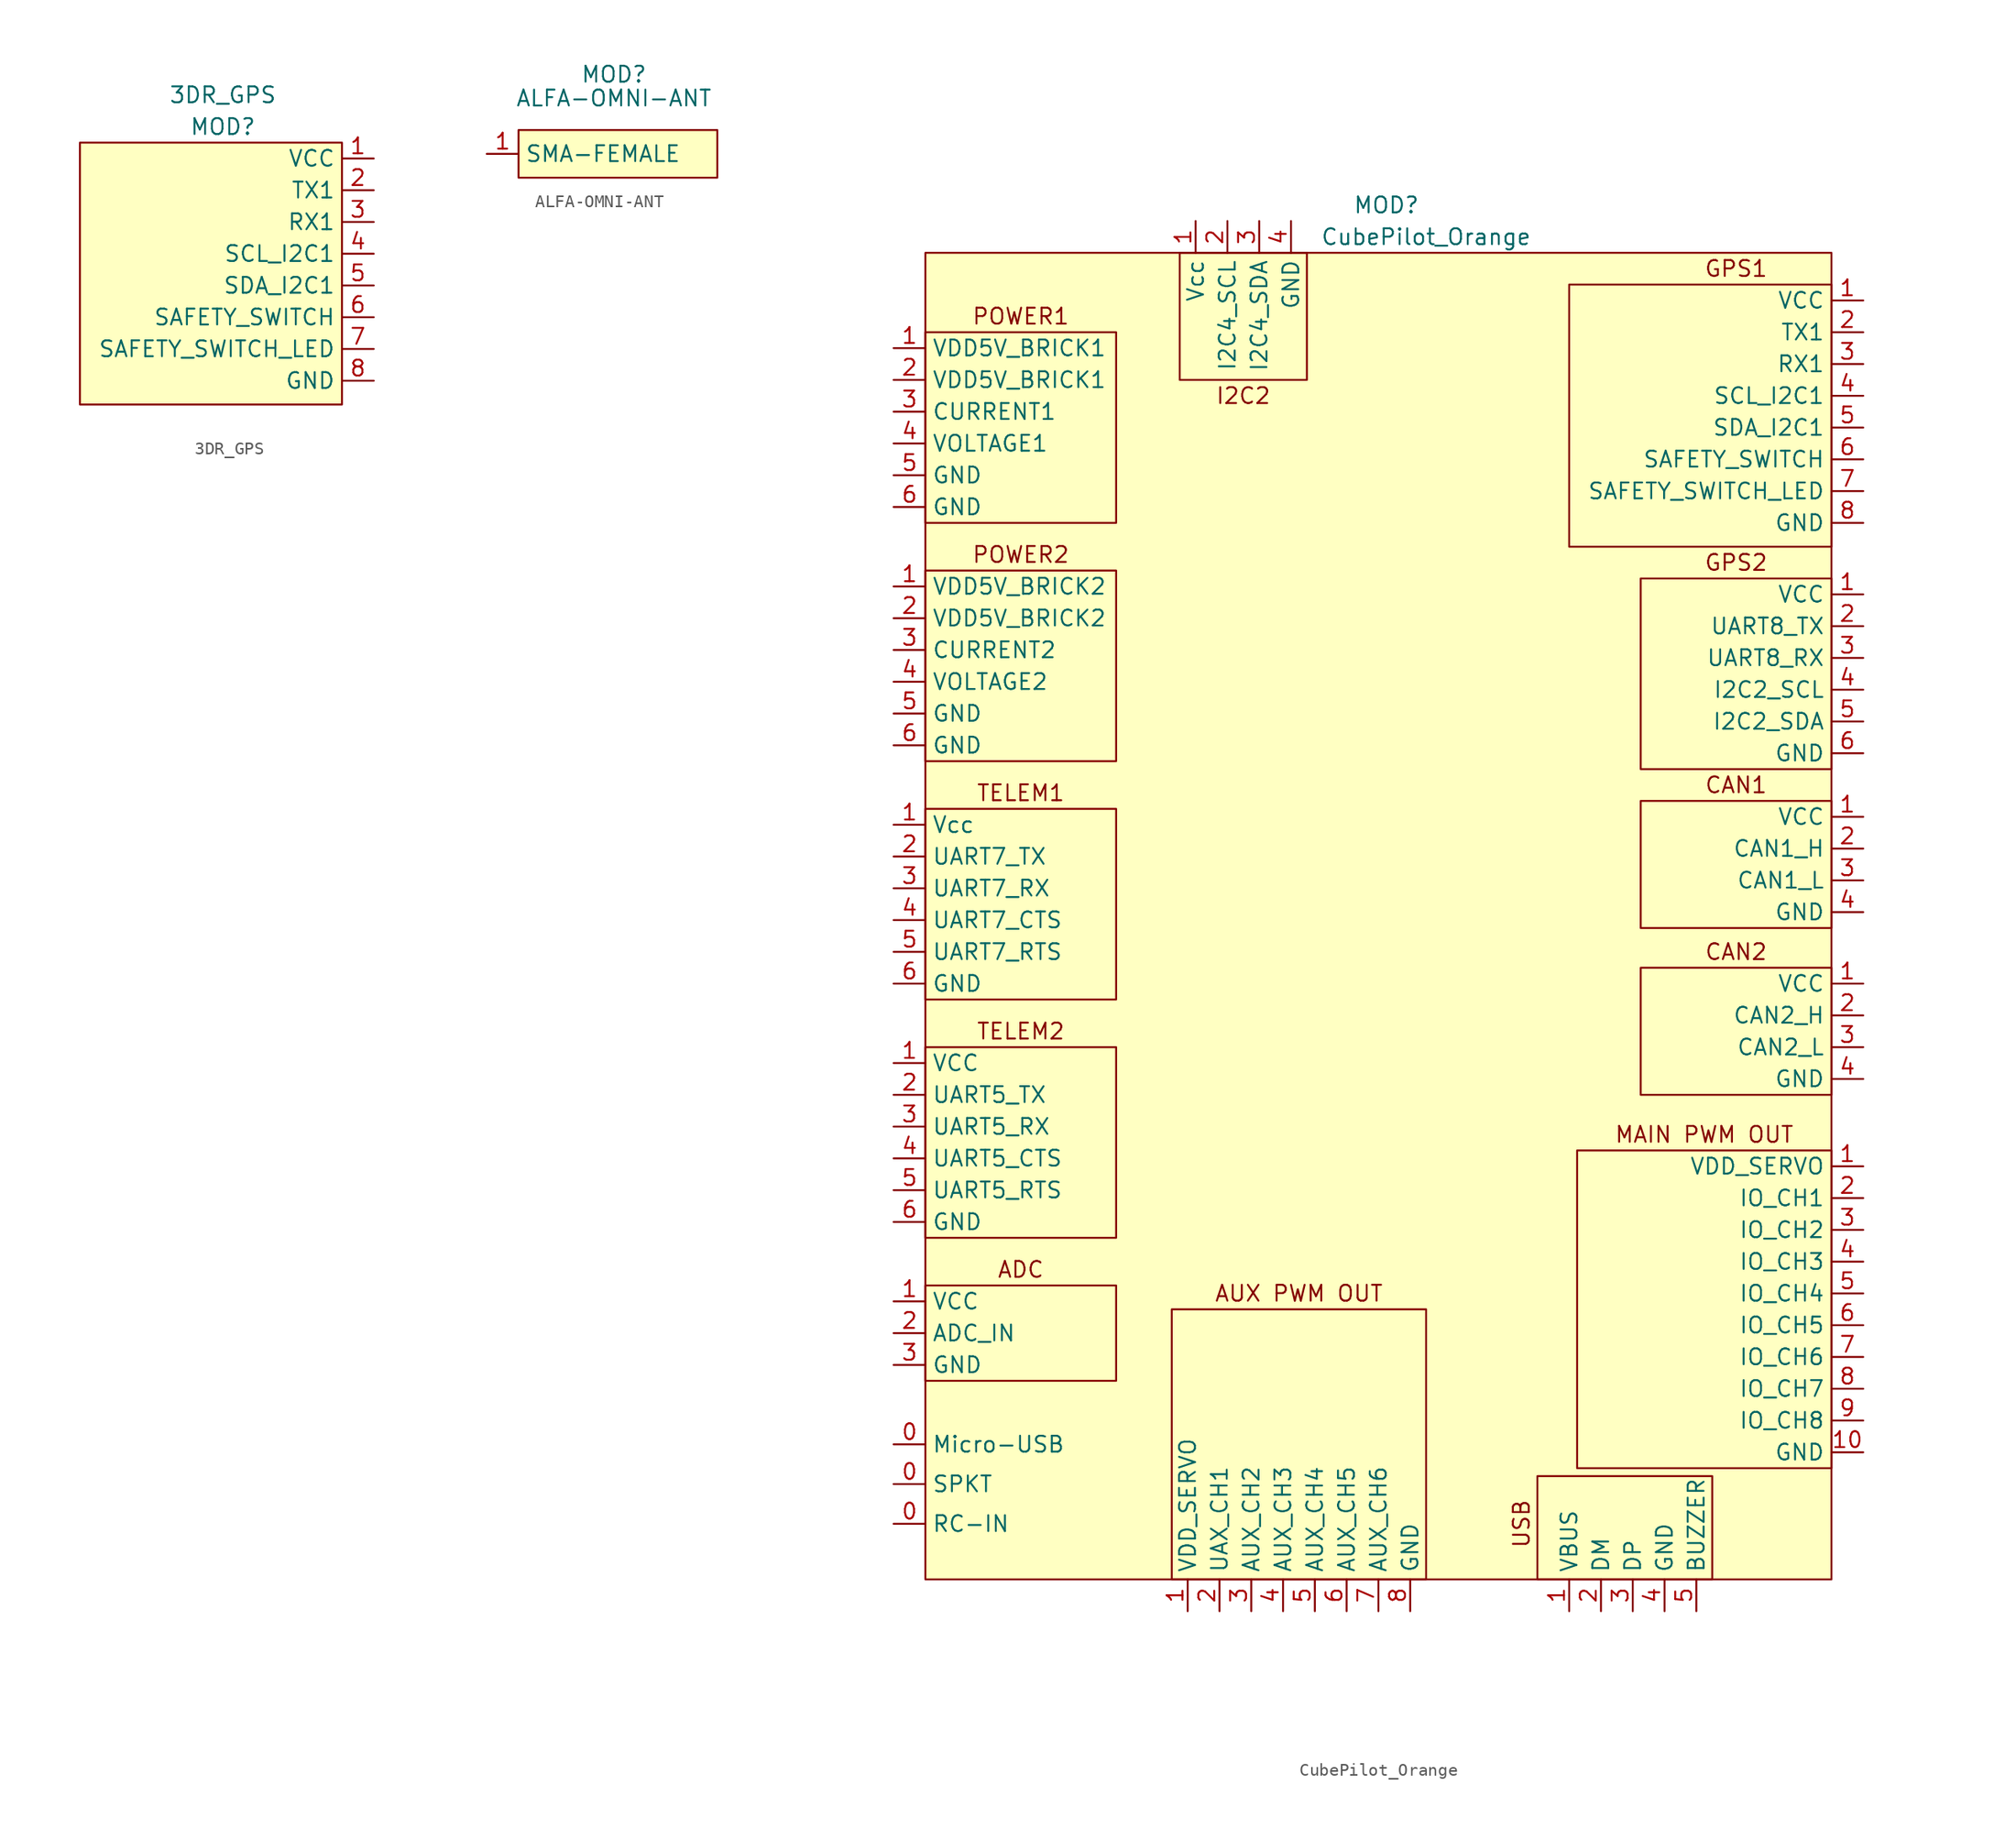
<source format=kicad_sym>
(kicad_symbol_lib
  (version 20211014)
  (generator kicad_symbol_editor)
  (symbol "3DR_GPS"
    (property "Reference" "MOD"
      (at 0 11.43 0)
      (effects (font (size 1.27 1.27))))
    (property "Value" "3DR_GPS"
      (at 0 13.97 0)
      (effects (font (size 1.27 1.27))))
    (symbol "3DR_GPS_0_1"
      (rectangle (start -11.43 10.16) (end 9.525 -10.795) (stroke (width 0) (type default) (color 0 0 0 0)) (fill (type background))))
    (symbol "3DR_GPS_1_1"
      (pin power_in line (at 12.065 8.89 180) (length 2.54) (name "VCC" (effects (font (size 1.27 1.27)))) (number "1" (effects (font (size 1.27 1.27)))))
      (pin output line (at 12.065 6.35 180) (length 2.54) (name "TX1" (effects (font (size 1.27 1.27)))) (number "2" (effects (font (size 1.27 1.27)))))
      (pin input line (at 12.065 3.81 180) (length 2.54) (name "RX1" (effects (font (size 1.27 1.27)))) (number "3" (effects (font (size 1.27 1.27)))))
      (pin input line (at 12.065 1.27 180) (length 2.54) (name "SCL_I2C1" (effects (font (size 1.27 1.27)))) (number "4" (effects (font (size 1.27 1.27)))))
      (pin bidirectional line (at 12.065 -1.27 180) (length 2.54) (name "SDA_I2C1" (effects (font (size 1.27 1.27)))) (number "5" (effects (font (size 1.27 1.27)))))
      (pin input line (at 12.065 -3.81 180) (length 2.54) (name "SAFETY_SWITCH" (effects (font (size 1.27 1.27)))) (number "6" (effects (font (size 1.27 1.27)))))
      (pin input line (at 12.065 -6.35 180) (length 2.54) (name "SAFETY_SWITCH_LED" (effects (font (size 1.27 1.27)))) (number "7" (effects (font (size 1.27 1.27)))))
      (pin power_out line (at 12.065 -8.89 180) (length 2.54) (name "GND" (effects (font (size 1.27 1.27)))) (number "8" (effects (font (size 1.27 1.27)))))))
  (symbol "ALFA-OMNI-ANT"
    (property "Reference" "MOD"
      (at 0 6.35 0)
      (effects (font (size 1.27 1.27))))
    (property "Value" "ALFA-OMNI-ANT"
      (at 0 4.445 0)
      (effects (font (size 1.27 1.27))))
    (symbol "ALFA-OMNI-ANT_0_0"
      (rectangle (start -7.62 1.905) (end 8.255 -1.905) (stroke (width 0) (type default) (color 0 0 0 0)) (fill (type background))))
    (symbol "ALFA-OMNI-ANT_1_1"
      (pin bidirectional line (at -10.16 0 0) (length 2.54) (name "SMA-FEMALE" (effects (font (size 1.27 1.27)))) (number "1" (effects (font (size 1.27 1.27)))))))
  (symbol "CubePilot_Orange"
    (property "Reference" "MOD"
      (at 0 53.34 0)
      (effects (font (size 1.27 1.27))))
    (property "Value" "CubePilot_Orange"
      (at 3.175 50.8 0)
      (effects (font (size 1.27 1.27))))
    (symbol "CubePilot_Orange_0_0"
      (rectangle (start 12.065 -48.26) (end 26.035 -56.515) (stroke (width 0) (type default) (color 0 0 0 0)) (fill (type none)))
      (text "ADC" (at -29.21 -31.75 0) (effects (font (size 1.27 1.27))))
      (text "AUX PWM OUT" (at -6.985 -33.655 0) (effects (font (size 1.27 1.27))))
      (text "CAN1" (at 27.94 6.985 0) (effects (font (size 1.27 1.27))))
      (text "CAN2" (at 27.94 -6.35 0) (effects (font (size 1.27 1.27))))
      (text "GPS1" (at 27.94 48.26 0) (effects (font (size 1.27 1.27))))
      (text "GPS2" (at 27.94 24.765 0) (effects (font (size 1.27 1.27))))
      (text "I2C2" (at -11.43 38.1 0) (effects (font (size 1.27 1.27))))
      (text "MAIN PWM OUT" (at 25.4 -20.955 0) (effects (font (size 1.27 1.27))))
      (text "POWER1" (at -29.21 44.45 0) (effects (font (size 1.27 1.27))))
      (text "POWER2" (at -29.21 25.4 0) (effects (font (size 1.27 1.27))))
      (text "TELEM1" (at -29.21 6.35 0) (effects (font (size 1.27 1.27))))
      (text "TELEM2" (at -29.21 -12.7 0) (effects (font (size 1.27 1.27))))
      (text "USB" (at 10.795 -52.07 900) (effects (font (size 1.27 1.27)))))
    (symbol "CubePilot_Orange_0_1"
      (rectangle (start -36.83 -33.02) (end -21.59 -40.64) (stroke (width 0) (type default) (color 0 0 0 0)) (fill (type none)))
      (rectangle (start -36.83 -13.97) (end -21.59 -29.21) (stroke (width 0) (type default) (color 0 0 0 0)) (fill (type none)))
      (rectangle (start -36.83 5.08) (end -21.59 -10.16) (stroke (width 0) (type default) (color 0 0 0 0)) (fill (type none)))
      (rectangle (start -36.83 24.13) (end -21.59 8.89) (stroke (width 0) (type default) (color 0 0 0 0)) (fill (type none)))
      (rectangle (start -36.83 43.18) (end -21.59 27.94) (stroke (width 0) (type default) (color 0 0 0 0)) (fill (type none)))
      (rectangle (start -36.83 49.53) (end 35.56 -56.515) (stroke (width 0) (type default) (color 0 0 0 0)) (fill (type background)))
      (rectangle (start -17.145 -34.925) (end 3.175 -56.515) (stroke (width 0) (type default) (color 0 0 0 0)) (fill (type none)))
      (rectangle (start -16.51 49.53) (end -6.35 39.37) (stroke (width 0) (type default) (color 0 0 0 0)) (fill (type none)))
      (rectangle (start 14.605 46.99) (end 35.56 26.035) (stroke (width 0) (type default) (color 0 0 0 0)) (fill (type none)))
      (rectangle (start 15.24 -22.225) (end 35.56 -47.625) (stroke (width 0) (type default) (color 0 0 0 0)) (fill (type none)))
      (rectangle (start 20.32 -7.62) (end 35.56 -17.78) (stroke (width 0) (type default) (color 0 0 0 0)) (fill (type none)))
      (rectangle (start 20.32 5.715) (end 35.56 -4.445) (stroke (width 0) (type default) (color 0 0 0 0)) (fill (type none)))
      (rectangle (start 20.32 23.495) (end 35.56 8.255) (stroke (width 0) (type default) (color 0 0 0 0)) (fill (type none))))
    (symbol "CubePilot_Orange_1_1"
      (pin input line (at -39.37 -45.72 0) (length 2.54) (name "Micro-USB" (effects (font (size 1.27 1.27)))) (number "0" (effects (font (size 1.27 1.27)))))
      (pin input line (at -39.37 -52.07 0) (length 2.54) (name "RC-IN" (effects (font (size 1.27 1.27)))) (number "0" (effects (font (size 1.27 1.27)))))
      (pin input line (at -39.37 -48.895 0) (length 2.54) (name "SPKT" (effects (font (size 1.27 1.27)))) (number "0" (effects (font (size 1.27 1.27)))))
      (pin power_in line (at 14.605 -59.055 90) (length 2.54) (name "VBUS" (effects (font (size 1.27 1.27)))) (number "1" (effects (font (size 1.27 1.27)))))
      (pin power_in line (at -39.37 -34.29 0) (length 2.54) (name "VCC" (effects (font (size 1.27 1.27)))) (number "1" (effects (font (size 1.27 1.27)))))
      (pin power_in line (at -39.37 -15.24 0) (length 2.54) (name "VCC" (effects (font (size 1.27 1.27)))) (number "1" (effects (font (size 1.27 1.27)))))
      (pin power_in line (at -39.37 3.81 0) (length 2.54) (name "Vcc" (effects (font (size 1.27 1.27)))) (number "1" (effects (font (size 1.27 1.27)))))
      (pin power_in line (at -15.24 52.07 270) (length 2.54) (name "Vcc" (effects (font (size 1.27 1.27)))) (number "1" (effects (font (size 1.27 1.27)))))
      (pin power_in line (at 38.1 -8.89 180) (length 2.54) (name "VCC" (effects (font (size 1.27 1.27)))) (number "1" (effects (font (size 1.27 1.27)))))
      (pin power_in line (at 38.1 4.445 180) (length 2.54) (name "VCC" (effects (font (size 1.27 1.27)))) (number "1" (effects (font (size 1.27 1.27)))))
      (pin power_in line (at 38.1 22.225 180) (length 2.54) (name "VCC" (effects (font (size 1.27 1.27)))) (number "1" (effects (font (size 1.27 1.27)))))
      (pin power_in line (at 38.1 45.72 180) (length 2.54) (name "VCC" (effects (font (size 1.27 1.27)))) (number "1" (effects (font (size 1.27 1.27)))))
      (pin power_in line (at -39.37 41.91 0) (length 2.54) (name "VDD5V_BRICK1" (effects (font (size 1.27 1.27)))) (number "1" (effects (font (size 1.27 1.27)))))
      (pin power_in line (at -39.37 22.86 0) (length 2.54) (name "VDD5V_BRICK2" (effects (font (size 1.27 1.27)))) (number "1" (effects (font (size 1.27 1.27)))))
      (pin power_in line (at -15.875 -59.055 90) (length 2.54) (name "VDD_SERVO" (effects (font (size 1.27 1.27)))) (number "1" (effects (font (size 1.27 1.27)))))
      (pin power_in line (at 38.1 -23.495 180) (length 2.54) (name "VDD_SERVO" (effects (font (size 1.27 1.27)))) (number "1" (effects (font (size 1.27 1.27)))))
      (pin power_out line (at 38.1 -46.355 180) (length 2.54) (name "GND" (effects (font (size 1.27 1.27)))) (number "10" (effects (font (size 1.27 1.27)))))
      (pin input line (at -39.37 -36.83 0) (length 2.54) (name "ADC_IN" (effects (font (size 1.27 1.27)))) (number "2" (effects (font (size 1.27 1.27)))))
      (pin bidirectional line (at 38.1 1.905 180) (length 2.54) (name "CAN1_H" (effects (font (size 1.27 1.27)))) (number "2" (effects (font (size 1.27 1.27)))))
      (pin bidirectional line (at 38.1 -11.43 180) (length 2.54) (name "CAN2_H" (effects (font (size 1.27 1.27)))) (number "2" (effects (font (size 1.27 1.27)))))
      (pin bidirectional line (at 17.145 -59.055 90) (length 2.54) (name "DM" (effects (font (size 1.27 1.27)))) (number "2" (effects (font (size 1.27 1.27)))))
      (pin output line (at -12.7 52.07 270) (length 2.54) (name "I2C4_SCL" (effects (font (size 1.27 1.27)))) (number "2" (effects (font (size 1.27 1.27)))))
      (pin bidirectional line (at 38.1 -26.035 180) (length 2.54) (name "IO_CH1" (effects (font (size 1.27 1.27)))) (number "2" (effects (font (size 1.27 1.27)))))
      (pin output line (at 38.1 43.18 180) (length 2.54) (name "TX1" (effects (font (size 1.27 1.27)))) (number "2" (effects (font (size 1.27 1.27)))))
      (pin output line (at -39.37 -17.78 0) (length 2.54) (name "UART5_TX" (effects (font (size 1.27 1.27)))) (number "2" (effects (font (size 1.27 1.27)))))
      (pin output line (at -39.37 1.27 0) (length 2.54) (name "UART7_TX" (effects (font (size 1.27 1.27)))) (number "2" (effects (font (size 1.27 1.27)))))
      (pin output line (at 38.1 19.685 180) (length 2.54) (name "UART8_TX" (effects (font (size 1.27 1.27)))) (number "2" (effects (font (size 1.27 1.27)))))
      (pin bidirectional line (at -13.335 -59.055 90) (length 2.54) (name "UAX_CH1" (effects (font (size 1.27 1.27)))) (number "2" (effects (font (size 1.27 1.27)))))
      (pin power_in line (at -39.37 39.37 0) (length 2.54) (name "VDD5V_BRICK1" (effects (font (size 1.27 1.27)))) (number "2" (effects (font (size 1.27 1.27)))))
      (pin power_in line (at -39.37 20.32 0) (length 2.54) (name "VDD5V_BRICK2" (effects (font (size 1.27 1.27)))) (number "2" (effects (font (size 1.27 1.27)))))
      (pin bidirectional line (at -10.795 -59.055 90) (length 2.54) (name "AUX_CH2" (effects (font (size 1.27 1.27)))) (number "3" (effects (font (size 1.27 1.27)))))
      (pin bidirectional line (at 38.1 -0.635 180) (length 2.54) (name "CAN1_L" (effects (font (size 1.27 1.27)))) (number "3" (effects (font (size 1.27 1.27)))))
      (pin bidirectional line (at 38.1 -13.97 180) (length 2.54) (name "CAN2_L" (effects (font (size 1.27 1.27)))) (number "3" (effects (font (size 1.27 1.27)))))
      (pin power_in line (at -39.37 36.83 0) (length 2.54) (name "CURRENT1" (effects (font (size 1.27 1.27)))) (number "3" (effects (font (size 1.27 1.27)))))
      (pin power_in line (at -39.37 17.78 0) (length 2.54) (name "CURRENT2" (effects (font (size 1.27 1.27)))) (number "3" (effects (font (size 1.27 1.27)))))
      (pin bidirectional line (at 19.685 -59.055 90) (length 2.54) (name "DP" (effects (font (size 1.27 1.27)))) (number "3" (effects (font (size 1.27 1.27)))))
      (pin power_out line (at -39.37 -39.37 0) (length 2.54) (name "GND" (effects (font (size 1.27 1.27)))) (number "3" (effects (font (size 1.27 1.27)))))
      (pin bidirectional line (at -10.16 52.07 270) (length 2.54) (name "I2C4_SDA" (effects (font (size 1.27 1.27)))) (number "3" (effects (font (size 1.27 1.27)))))
      (pin bidirectional line (at 38.1 -28.575 180) (length 2.54) (name "IO_CH2" (effects (font (size 1.27 1.27)))) (number "3" (effects (font (size 1.27 1.27)))))
      (pin input line (at 38.1 40.64 180) (length 2.54) (name "RX1" (effects (font (size 1.27 1.27)))) (number "3" (effects (font (size 1.27 1.27)))))
      (pin input line (at -39.37 -20.32 0) (length 2.54) (name "UART5_RX" (effects (font (size 1.27 1.27)))) (number "3" (effects (font (size 1.27 1.27)))))
      (pin input line (at -39.37 -1.27 0) (length 2.54) (name "UART7_RX" (effects (font (size 1.27 1.27)))) (number "3" (effects (font (size 1.27 1.27)))))
      (pin input line (at 38.1 17.145 180) (length 2.54) (name "UART8_RX" (effects (font (size 1.27 1.27)))) (number "3" (effects (font (size 1.27 1.27)))))
      (pin bidirectional line (at -8.255 -59.055 90) (length 2.54) (name "AUX_CH3" (effects (font (size 1.27 1.27)))) (number "4" (effects (font (size 1.27 1.27)))))
      (pin power_out line (at -7.62 52.07 270) (length 2.54) (name "GND" (effects (font (size 1.27 1.27)))) (number "4" (effects (font (size 1.27 1.27)))))
      (pin power_out line (at 22.225 -59.055 90) (length 2.54) (name "GND" (effects (font (size 1.27 1.27)))) (number "4" (effects (font (size 1.27 1.27)))))
      (pin power_out line (at 38.1 -16.51 180) (length 2.54) (name "GND" (effects (font (size 1.27 1.27)))) (number "4" (effects (font (size 1.27 1.27)))))
      (pin power_out line (at 38.1 -3.175 180) (length 2.54) (name "GND" (effects (font (size 1.27 1.27)))) (number "4" (effects (font (size 1.27 1.27)))))
      (pin input line (at 38.1 14.605 180) (length 2.54) (name "I2C2_SCL" (effects (font (size 1.27 1.27)))) (number "4" (effects (font (size 1.27 1.27)))))
      (pin bidirectional line (at 38.1 -31.115 180) (length 2.54) (name "IO_CH3" (effects (font (size 1.27 1.27)))) (number "4" (effects (font (size 1.27 1.27)))))
      (pin input line (at 38.1 38.1 180) (length 2.54) (name "SCL_I2C1" (effects (font (size 1.27 1.27)))) (number "4" (effects (font (size 1.27 1.27)))))
      (pin input line (at -39.37 -22.86 0) (length 2.54) (name "UART5_CTS" (effects (font (size 1.27 1.27)))) (number "4" (effects (font (size 1.27 1.27)))))
      (pin input line (at -39.37 -3.81 0) (length 2.54) (name "UART7_CTS" (effects (font (size 1.27 1.27)))) (number "4" (effects (font (size 1.27 1.27)))))
      (pin power_in line (at -39.37 34.29 0) (length 2.54) (name "VOLTAGE1" (effects (font (size 1.27 1.27)))) (number "4" (effects (font (size 1.27 1.27)))))
      (pin power_in line (at -39.37 15.24 0) (length 2.54) (name "VOLTAGE2" (effects (font (size 1.27 1.27)))) (number "4" (effects (font (size 1.27 1.27)))))
      (pin bidirectional line (at -5.715 -59.055 90) (length 2.54) (name "AUX_CH4" (effects (font (size 1.27 1.27)))) (number "5" (effects (font (size 1.27 1.27)))))
      (pin power_out line (at 24.765 -59.055 90) (length 2.54) (name "BUZZER" (effects (font (size 1.27 1.27)))) (number "5" (effects (font (size 1.27 1.27)))))
      (pin power_out line (at -39.37 12.7 0) (length 2.54) (name "GND" (effects (font (size 1.27 1.27)))) (number "5" (effects (font (size 1.27 1.27)))))
      (pin power_out line (at -39.37 31.75 0) (length 2.54) (name "GND" (effects (font (size 1.27 1.27)))) (number "5" (effects (font (size 1.27 1.27)))))
      (pin bidirectional line (at 38.1 12.065 180) (length 2.54) (name "I2C2_SDA" (effects (font (size 1.27 1.27)))) (number "5" (effects (font (size 1.27 1.27)))))
      (pin bidirectional line (at 38.1 -33.655 180) (length 2.54) (name "IO_CH4" (effects (font (size 1.27 1.27)))) (number "5" (effects (font (size 1.27 1.27)))))
      (pin bidirectional line (at 38.1 35.56 180) (length 2.54) (name "SDA_I2C1" (effects (font (size 1.27 1.27)))) (number "5" (effects (font (size 1.27 1.27)))))
      (pin output line (at -39.37 -25.4 0) (length 2.54) (name "UART5_RTS" (effects (font (size 1.27 1.27)))) (number "5" (effects (font (size 1.27 1.27)))))
      (pin output line (at -39.37 -6.35 0) (length 2.54) (name "UART7_RTS" (effects (font (size 1.27 1.27)))) (number "5" (effects (font (size 1.27 1.27)))))
      (pin bidirectional line (at -3.175 -59.055 90) (length 2.54) (name "AUX_CH5" (effects (font (size 1.27 1.27)))) (number "6" (effects (font (size 1.27 1.27)))))
      (pin power_out line (at -39.37 -27.94 0) (length 2.54) (name "GND" (effects (font (size 1.27 1.27)))) (number "6" (effects (font (size 1.27 1.27)))))
      (pin power_out line (at -39.37 -8.89 0) (length 2.54) (name "GND" (effects (font (size 1.27 1.27)))) (number "6" (effects (font (size 1.27 1.27)))))
      (pin power_out line (at -39.37 10.16 0) (length 2.54) (name "GND" (effects (font (size 1.27 1.27)))) (number "6" (effects (font (size 1.27 1.27)))))
      (pin power_out line (at -39.37 29.21 0) (length 2.54) (name "GND" (effects (font (size 1.27 1.27)))) (number "6" (effects (font (size 1.27 1.27)))))
      (pin power_out line (at 38.1 9.525 180) (length 2.54) (name "GND" (effects (font (size 1.27 1.27)))) (number "6" (effects (font (size 1.27 1.27)))))
      (pin bidirectional line (at 38.1 -36.195 180) (length 2.54) (name "IO_CH5" (effects (font (size 1.27 1.27)))) (number "6" (effects (font (size 1.27 1.27)))))
      (pin input line (at 38.1 33.02 180) (length 2.54) (name "SAFETY_SWITCH" (effects (font (size 1.27 1.27)))) (number "6" (effects (font (size 1.27 1.27)))))
      (pin bidirectional line (at -0.635 -59.055 90) (length 2.54) (name "AUX_CH6" (effects (font (size 1.27 1.27)))) (number "7" (effects (font (size 1.27 1.27)))))
      (pin bidirectional line (at 38.1 -38.735 180) (length 2.54) (name "IO_CH6" (effects (font (size 1.27 1.27)))) (number "7" (effects (font (size 1.27 1.27)))))
      (pin input line (at 38.1 30.48 180) (length 2.54) (name "SAFETY_SWITCH_LED" (effects (font (size 1.27 1.27)))) (number "7" (effects (font (size 1.27 1.27)))))
      (pin power_out line (at 1.905 -59.055 90) (length 2.54) (name "GND" (effects (font (size 1.27 1.27)))) (number "8" (effects (font (size 1.27 1.27)))))
      (pin power_out line (at 38.1 27.94 180) (length 2.54) (name "GND" (effects (font (size 1.27 1.27)))) (number "8" (effects (font (size 1.27 1.27)))))
      (pin bidirectional line (at 38.1 -41.275 180) (length 2.54) (name "IO_CH7" (effects (font (size 1.27 1.27)))) (number "8" (effects (font (size 1.27 1.27)))))
      (pin bidirectional line (at 38.1 -43.815 180) (length 2.54) (name "IO_CH8" (effects (font (size 1.27 1.27)))) (number "9" (effects (font (size 1.27 1.27))))))))
</source>
